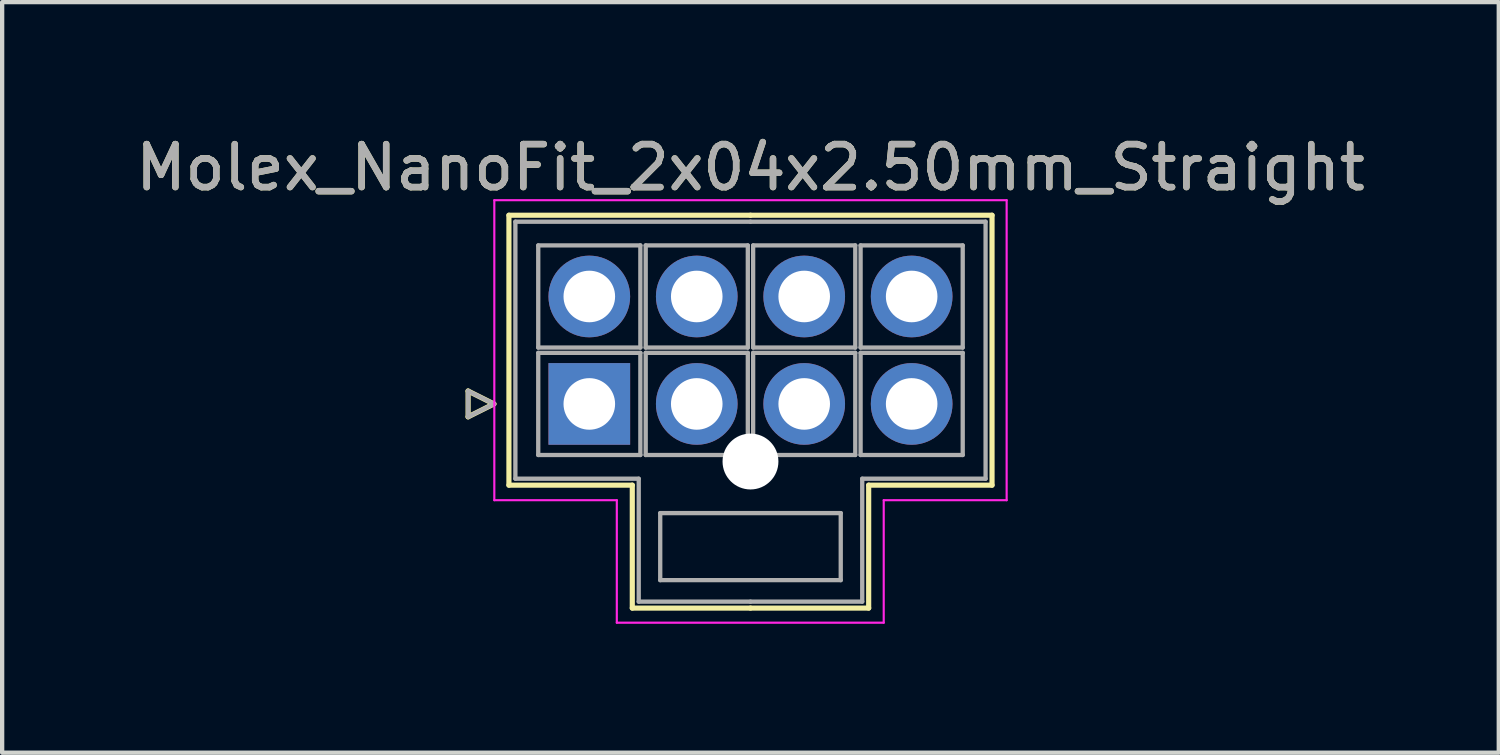
<source format=kicad_pcb>
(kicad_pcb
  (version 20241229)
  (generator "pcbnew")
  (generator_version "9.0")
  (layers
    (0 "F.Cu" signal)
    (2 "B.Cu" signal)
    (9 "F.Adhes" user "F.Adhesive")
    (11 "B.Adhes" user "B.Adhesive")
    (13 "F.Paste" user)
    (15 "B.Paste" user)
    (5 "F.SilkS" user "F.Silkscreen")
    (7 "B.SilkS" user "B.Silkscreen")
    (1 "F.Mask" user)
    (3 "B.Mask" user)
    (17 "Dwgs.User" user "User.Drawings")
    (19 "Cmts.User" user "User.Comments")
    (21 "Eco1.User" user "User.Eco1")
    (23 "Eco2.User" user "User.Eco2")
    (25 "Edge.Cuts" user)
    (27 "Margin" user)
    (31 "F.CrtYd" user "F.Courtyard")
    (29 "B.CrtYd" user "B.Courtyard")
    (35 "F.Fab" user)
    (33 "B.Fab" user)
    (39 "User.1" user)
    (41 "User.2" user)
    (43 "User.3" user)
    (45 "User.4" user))
  (footprint "Molex_NanoFit_2x04x2.50mm_Straight"
    (layer "F.Cu")
    (at 10.661 6.348)
    (property "Reference" "Molex_NanoFit_2x04x2.50mm_Straight" (at 3.75 -5.5 0) (layer "F.SilkS") (effects (font (size 1 1) (thickness 0.15))))
    (attr through_hole)
    (fp_line (start -2.82 -0.3) (end -2.22 0) (stroke (width 0.12) (type solid)) (layer "F.SilkS"))
    (fp_line (start -2.82 0.3) (end -2.82 -0.3) (stroke (width 0.12) (type solid)) (layer "F.SilkS"))
    (fp_line (start -2.22 0) (end -2.82 0.3) (stroke (width 0.12) (type solid)) (layer "F.SilkS"))
    (fp_line (start -1.87 -4.39) (end -1.87 1.89) (stroke (width 0.12) (type solid)) (layer "F.SilkS"))
    (fp_line (start -1.87 1.89) (end 1 1.89) (stroke (width 0.12) (type solid)) (layer "F.SilkS"))
    (fp_line (start 1 1.89) (end 1 4.75) (stroke (width 0.12) (type solid)) (layer "F.SilkS"))
    (fp_line (start 1 4.75) (end 3.75 4.75) (stroke (width 0.12) (type solid)) (layer "F.SilkS"))
    (fp_line (start 3.75 -4.39) (end -1.87 -4.39) (stroke (width 0.12) (type solid)) (layer "F.SilkS"))
    (fp_line (start 3.75 -4.39) (end 9.37 -4.39) (stroke (width 0.12) (type solid)) (layer "F.SilkS"))
    (fp_line (start 6.5 1.89) (end 6.5 4.75) (stroke (width 0.12) (type solid)) (layer "F.SilkS"))
    (fp_line (start 6.5 4.75) (end 3.75 4.75) (stroke (width 0.12) (type solid)) (layer "F.SilkS"))
    (fp_line (start 9.37 -4.39) (end 9.37 1.89) (stroke (width 0.12) (type solid)) (layer "F.SilkS"))
    (fp_line (start 9.37 1.89) (end 6.5 1.89) (stroke (width 0.12) (type solid)) (layer "F.SilkS"))
    (fp_line (start -2.21 -4.74) (end -2.21 2.24) (stroke (width 0.05) (type solid)) (layer "F.CrtYd"))
    (fp_line (start -2.21 2.24) (end 0.64 2.24) (stroke (width 0.05) (type solid)) (layer "F.CrtYd"))
    (fp_line (start 0.64 2.24) (end 0.64 5.09) (stroke (width 0.05) (type solid)) (layer "F.CrtYd"))
    (fp_line (start 0.64 5.09) (end 6.85 5.09) (stroke (width 0.05) (type solid)) (layer "F.CrtYd"))
    (fp_line (start 6.85 2.24) (end 9.71 2.24) (stroke (width 0.05) (type solid)) (layer "F.CrtYd"))
    (fp_line (start 6.85 5.09) (end 6.85 2.24) (stroke (width 0.05) (type solid)) (layer "F.CrtYd"))
    (fp_line (start 9.71 -4.74) (end -2.21 -4.74) (stroke (width 0.05) (type solid)) (layer "F.CrtYd"))
    (fp_line (start 9.71 2.24) (end 9.71 -4.74) (stroke (width 0.05) (type solid)) (layer "F.CrtYd"))
    (fp_line (start -2.82 -0.3) (end -2.22 0) (stroke (width 0.1) (type solid)) (layer "F.Fab"))
    (fp_line (start -2.82 0.3) (end -2.82 -0.3) (stroke (width 0.1) (type solid)) (layer "F.Fab"))
    (fp_line (start -2.22 0) (end -2.82 0.3) (stroke (width 0.1) (type solid)) (layer "F.Fab"))
    (fp_line (start -1.72 -4.24) (end -1.72 1.74) (stroke (width 0.1) (type solid)) (layer "F.Fab"))
    (fp_line (start -1.72 1.74) (end 1.15 1.74) (stroke (width 0.1) (type solid)) (layer "F.Fab"))
    (fp_line (start -1.188 -3.688) (end -1.188 -1.312) (stroke (width 0.1) (type solid)) (layer "F.Fab"))
    (fp_line (start -1.188 -1.312) (end 1.188 -1.312) (stroke (width 0.1) (type solid)) (layer "F.Fab"))
    (fp_line (start -1.188 -1.188) (end -1.188 1.188) (stroke (width 0.1) (type solid)) (layer "F.Fab"))
    (fp_line (start -1.188 1.188) (end 1.188 1.188) (stroke (width 0.1) (type solid)) (layer "F.Fab"))
    (fp_line (start 1.15 1.74) (end 1.15 4.6) (stroke (width 0.1) (type solid)) (layer "F.Fab"))
    (fp_line (start 1.15 4.6) (end 3.75 4.6) (stroke (width 0.1) (type solid)) (layer "F.Fab"))
    (fp_line (start 1.188 -3.688) (end -1.188 -3.688) (stroke (width 0.1) (type solid)) (layer "F.Fab"))
    (fp_line (start 1.188 -1.312) (end 1.188 -3.688) (stroke (width 0.1) (type solid)) (layer "F.Fab"))
    (fp_line (start 1.188 -1.188) (end -1.188 -1.188) (stroke (width 0.1) (type solid)) (layer "F.Fab"))
    (fp_line (start 1.188 1.188) (end 1.188 -1.188) (stroke (width 0.1) (type solid)) (layer "F.Fab"))
    (fp_line (start 1.312 -3.688) (end 1.312 -1.312) (stroke (width 0.1) (type solid)) (layer "F.Fab"))
    (fp_line (start 1.312 -1.312) (end 3.688 -1.312) (stroke (width 0.1) (type solid)) (layer "F.Fab"))
    (fp_line (start 1.312 -1.188) (end 1.312 1.188) (stroke (width 0.1) (type solid)) (layer "F.Fab"))
    (fp_line (start 1.312 1.188) (end 3.688 1.188) (stroke (width 0.1) (type solid)) (layer "F.Fab"))
    (fp_line (start 1.65 2.54) (end 1.65 4.1) (stroke (width 0.1) (type solid)) (layer "F.Fab"))
    (fp_line (start 1.65 4.1) (end 5.85 4.1) (stroke (width 0.1) (type solid)) (layer "F.Fab"))
    (fp_line (start 3.688 -3.688) (end 1.312 -3.688) (stroke (width 0.1) (type solid)) (layer "F.Fab"))
    (fp_line (start 3.688 -1.312) (end 3.688 -3.688) (stroke (width 0.1) (type solid)) (layer "F.Fab"))
    (fp_line (start 3.688 -1.188) (end 1.312 -1.188) (stroke (width 0.1) (type solid)) (layer "F.Fab"))
    (fp_line (start 3.688 1.188) (end 3.688 -1.188) (stroke (width 0.1) (type solid)) (layer "F.Fab"))
    (fp_line (start 3.75 -4.24) (end -1.72 -4.24) (stroke (width 0.1) (type solid)) (layer "F.Fab"))
    (fp_line (start 3.75 -4.24) (end 9.22 -4.24) (stroke (width 0.1) (type solid)) (layer "F.Fab"))
    (fp_line (start 3.812 -3.688) (end 3.812 -1.312) (stroke (width 0.1) (type solid)) (layer "F.Fab"))
    (fp_line (start 3.812 -1.312) (end 6.188 -1.312) (stroke (width 0.1) (type solid)) (layer "F.Fab"))
    (fp_line (start 3.812 -1.188) (end 3.812 1.188) (stroke (width 0.1) (type solid)) (layer "F.Fab"))
    (fp_line (start 3.812 1.188) (end 6.188 1.188) (stroke (width 0.1) (type solid)) (layer "F.Fab"))
    (fp_line (start 5.85 2.54) (end 1.65 2.54) (stroke (width 0.1) (type solid)) (layer "F.Fab"))
    (fp_line (start 5.85 4.1) (end 5.85 2.54) (stroke (width 0.1) (type solid)) (layer "F.Fab"))
    (fp_line (start 6.188 -3.688) (end 3.812 -3.688) (stroke (width 0.1) (type solid)) (layer "F.Fab"))
    (fp_line (start 6.188 -1.312) (end 6.188 -3.688) (stroke (width 0.1) (type solid)) (layer "F.Fab"))
    (fp_line (start 6.188 -1.188) (end 3.812 -1.188) (stroke (width 0.1) (type solid)) (layer "F.Fab"))
    (fp_line (start 6.188 1.188) (end 6.188 -1.188) (stroke (width 0.1) (type solid)) (layer "F.Fab"))
    (fp_line (start 6.312 -3.688) (end 6.312 -1.312) (stroke (width 0.1) (type solid)) (layer "F.Fab"))
    (fp_line (start 6.312 -1.312) (end 8.688 -1.312) (stroke (width 0.1) (type solid)) (layer "F.Fab"))
    (fp_line (start 6.312 -1.188) (end 6.312 1.188) (stroke (width 0.1) (type solid)) (layer "F.Fab"))
    (fp_line (start 6.312 1.188) (end 8.688 1.188) (stroke (width 0.1) (type solid)) (layer "F.Fab"))
    (fp_line (start 6.35 1.74) (end 6.35 4.6) (stroke (width 0.1) (type solid)) (layer "F.Fab"))
    (fp_line (start 6.35 4.6) (end 3.75 4.6) (stroke (width 0.1) (type solid)) (layer "F.Fab"))
    (fp_line (start 8.688 -3.688) (end 6.312 -3.688) (stroke (width 0.1) (type solid)) (layer "F.Fab"))
    (fp_line (start 8.688 -1.312) (end 8.688 -3.688) (stroke (width 0.1) (type solid)) (layer "F.Fab"))
    (fp_line (start 8.688 -1.188) (end 6.312 -1.188) (stroke (width 0.1) (type solid)) (layer "F.Fab"))
    (fp_line (start 8.688 1.188) (end 8.688 -1.188) (stroke (width 0.1) (type solid)) (layer "F.Fab"))
    (fp_line (start 9.22 -4.24) (end 9.22 1.74) (stroke (width 0.1) (type solid)) (layer "F.Fab"))
    (fp_line (start 9.22 1.74) (end 6.35 1.74) (stroke (width 0.1) (type solid)) (layer "F.Fab"))
    (fp_text user "${REFERENCE}" (at 3.75 -5.5 0) (layer "F.Fab") (effects (font (size 1 1) (thickness 0.15))))
    (pad "" np_thru_hole circle (at 3.75 1.34) (size 1.3 1.3) (drill 1.3) (layers "*.Cu" "*.Mask"))
    (pad "1" thru_hole rect (at 0 0) (size 1.9 1.9) (drill 1.2) (layers "*.Cu" "*.Mask"))
    (pad "2" thru_hole circle (at 2.5 0) (size 1.9 1.9) (drill 1.2) (layers "*.Cu" "*.Mask"))
    (pad "3" thru_hole circle (at 5 0) (size 1.9 1.9) (drill 1.2) (layers "*.Cu" "*.Mask"))
    (pad "4" thru_hole circle (at 7.5 0) (size 1.9 1.9) (drill 1.2) (layers "*.Cu" "*.Mask"))
    (pad "5" thru_hole circle (at 0 -2.5) (size 1.9 1.9) (drill 1.2) (layers "*.Cu" "*.Mask"))
    (pad "6" thru_hole circle (at 2.5 -2.5) (size 1.9 1.9) (drill 1.2) (layers "*.Cu" "*.Mask"))
    (pad "7" thru_hole circle (at 5 -2.5) (size 1.9 1.9) (drill 1.2) (layers "*.Cu" "*.Mask"))
    (pad "8" thru_hole circle (at 7.5 -2.5) (size 1.9 1.9) (drill 1.2) (layers "*.Cu" "*.Mask")))
  (gr_rect
    (start -3 -3)
    (end 31.821 14.463)
    (stroke (width 0.1) (type default))
    (fill no)
    (layer "Edge.Cuts")))
</source>
